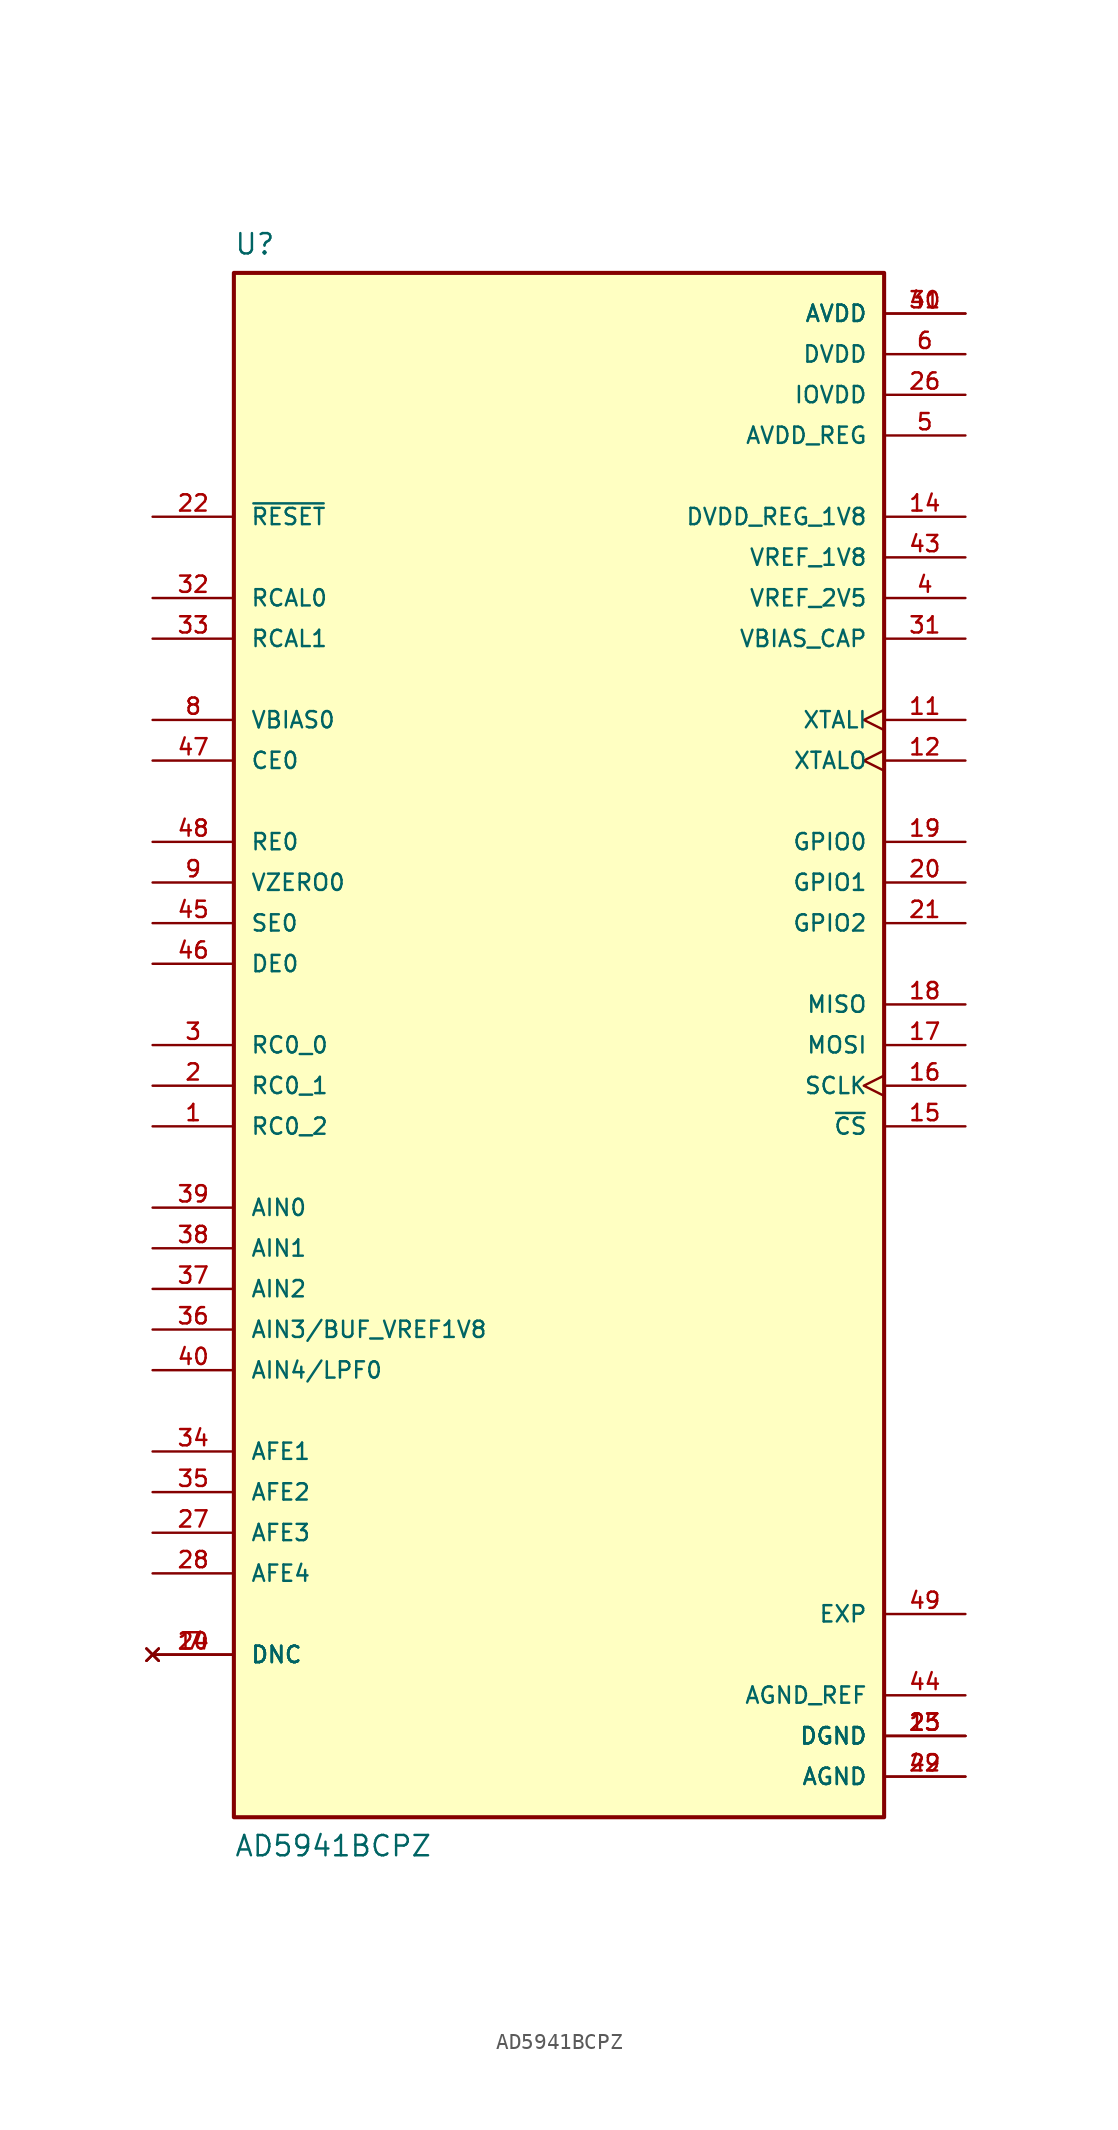
<source format=kicad_sym>
(kicad_symbol_lib
  (version 20211014)
  (generator kicad_symbol_editor)
  (symbol "AD5941BCPZ"
    (pin_names
      (offset 1.016))
    (property "Reference" "U"
      (at -20.32 50.8 0)
      (effects (font (size 1.27 1.27)) (justify top left)))
    (property "Value" "AD5941BCPZ"
      (at -20.32 -50.8 0)
      (effects (font (size 1.27 1.27)) (justify bottom left)))
    (symbol "AD5941BCPZ_0_0"
      (rectangle (start -20.32 -48.26) (end 20.32 48.26) (stroke (width 0.254)) (fill (type background)))
      (pin passive line (at -25.4 -5.08 0) (length 5.08) (name "RC0_2" (effects (font (size 1.016 1.016)))) (number "1" (effects (font (size 1.016 1.016)))))
      (pin passive line (at -25.4 -2.54 0) (length 5.08) (name "RC0_1" (effects (font (size 1.016 1.016)))) (number "2" (effects (font (size 1.016 1.016)))))
      (pin passive line (at -25.4 0.0 0) (length 5.08) (name "RC0_0" (effects (font (size 1.016 1.016)))) (number "3" (effects (font (size 1.016 1.016)))))
      (pin passive line (at 25.4 27.94 180.0) (length 5.08) (name "VREF_2V5" (effects (font (size 1.016 1.016)))) (number "4" (effects (font (size 1.016 1.016)))))
      (pin power_in line (at 25.4 38.1 180.0) (length 5.08) (name "AVDD_REG" (effects (font (size 1.016 1.016)))) (number "5" (effects (font (size 1.016 1.016)))))
      (pin power_in line (at 25.4 43.18 180.0) (length 5.08) (name "DVDD" (effects (font (size 1.016 1.016)))) (number "6" (effects (font (size 1.016 1.016)))))
      (pin no_connect line (at -25.4 -38.1 0) (length 5.08) (name "DNC" (effects (font (size 1.016 1.016)))) (number "7" (effects (font (size 1.016 1.016)))))
      (pin no_connect line (at -25.4 -38.1 0) (length 5.08) (name "DNC" (effects (font (size 1.016 1.016)))) (number "10" (effects (font (size 1.016 1.016)))))
      (pin no_connect line (at -25.4 -38.1 0) (length 5.08) (name "DNC" (effects (font (size 1.016 1.016)))) (number "24" (effects (font (size 1.016 1.016)))))
      (pin output line (at -25.4 20.32 0) (length 5.08) (name "VBIAS0" (effects (font (size 1.016 1.016)))) (number "8" (effects (font (size 1.016 1.016)))))
      (pin output line (at -25.4 10.16 0) (length 5.08) (name "VZERO0" (effects (font (size 1.016 1.016)))) (number "9" (effects (font (size 1.016 1.016)))))
      (pin input clock (at 25.4 20.32 180.0) (length 5.08) (name "XTALI" (effects (font (size 1.016 1.016)))) (number "11" (effects (font (size 1.016 1.016)))))
      (pin output clock (at 25.4 17.78 180.0) (length 5.08) (name "XTALO" (effects (font (size 1.016 1.016)))) (number "12" (effects (font (size 1.016 1.016)))))
      (pin power_in line (at 25.4 -43.18 180.0) (length 5.08) (name "DGND" (effects (font (size 1.016 1.016)))) (number "13" (effects (font (size 1.016 1.016)))))
      (pin power_in line (at 25.4 -43.18 180.0) (length 5.08) (name "DGND" (effects (font (size 1.016 1.016)))) (number "23" (effects (font (size 1.016 1.016)))))
      (pin power_in line (at 25.4 -43.18 180.0) (length 5.08) (name "DGND" (effects (font (size 1.016 1.016)))) (number "25" (effects (font (size 1.016 1.016)))))
      (pin passive line (at 25.4 33.02 180.0) (length 5.08) (name "DVDD_REG_1V8" (effects (font (size 1.016 1.016)))) (number "14" (effects (font (size 1.016 1.016)))))
      (pin bidirectional line (at 25.4 -5.08 180.0) (length 5.08) (name "~{CS}" (effects (font (size 1.016 1.016)))) (number "15" (effects (font (size 1.016 1.016)))))
      (pin input clock (at 25.4 -2.54 180.0) (length 5.08) (name "SCLK" (effects (font (size 1.016 1.016)))) (number "16" (effects (font (size 1.016 1.016)))))
      (pin input line (at 25.4 0.0 180.0) (length 5.08) (name "MOSI" (effects (font (size 1.016 1.016)))) (number "17" (effects (font (size 1.016 1.016)))))
      (pin output line (at 25.4 2.54 180.0) (length 5.08) (name "MISO" (effects (font (size 1.016 1.016)))) (number "18" (effects (font (size 1.016 1.016)))))
      (pin bidirectional line (at 25.4 12.7 180.0) (length 5.08) (name "GPIO0" (effects (font (size 1.016 1.016)))) (number "19" (effects (font (size 1.016 1.016)))))
      (pin bidirectional line (at 25.4 10.16 180.0) (length 5.08) (name "GPIO1" (effects (font (size 1.016 1.016)))) (number "20" (effects (font (size 1.016 1.016)))))
      (pin bidirectional line (at 25.4 7.62 180.0) (length 5.08) (name "GPIO2" (effects (font (size 1.016 1.016)))) (number "21" (effects (font (size 1.016 1.016)))))
      (pin input line (at -25.4 33.02 0) (length 5.08) (name "~{RESET}" (effects (font (size 1.016 1.016)))) (number "22" (effects (font (size 1.016 1.016)))))
      (pin power_in line (at 25.4 40.64 180.0) (length 5.08) (name "IOVDD" (effects (font (size 1.016 1.016)))) (number "26" (effects (font (size 1.016 1.016)))))
      (pin passive line (at -25.4 -30.48 0) (length 5.08) (name "AFE3" (effects (font (size 1.016 1.016)))) (number "27" (effects (font (size 1.016 1.016)))))
      (pin passive line (at -25.4 -33.02 0) (length 5.08) (name "AFE4" (effects (font (size 1.016 1.016)))) (number "28" (effects (font (size 1.016 1.016)))))
      (pin input line (at -25.4 12.7 0) (length 5.08) (name "RE0" (effects (font (size 1.016 1.016)))) (number "48" (effects (font (size 1.016 1.016)))))
      (pin input line (at -25.4 17.78 0) (length 5.08) (name "CE0" (effects (font (size 1.016 1.016)))) (number "47" (effects (font (size 1.016 1.016)))))
      (pin input line (at -25.4 5.08 0) (length 5.08) (name "DE0" (effects (font (size 1.016 1.016)))) (number "46" (effects (font (size 1.016 1.016)))))
      (pin input line (at -25.4 7.62 0) (length 5.08) (name "SE0" (effects (font (size 1.016 1.016)))) (number "45" (effects (font (size 1.016 1.016)))))
      (pin power_in line (at 25.4 -40.64 180.0) (length 5.08) (name "AGND_REF" (effects (font (size 1.016 1.016)))) (number "44" (effects (font (size 1.016 1.016)))))
      (pin passive line (at 25.4 30.48 180.0) (length 5.08) (name "VREF_1V8" (effects (font (size 1.016 1.016)))) (number "43" (effects (font (size 1.016 1.016)))))
      (pin input line (at -25.4 -20.32 0) (length 5.08) (name "AIN4/LPF0" (effects (font (size 1.016 1.016)))) (number "40" (effects (font (size 1.016 1.016)))))
      (pin input line (at -25.4 -10.16 0) (length 5.08) (name "AIN0" (effects (font (size 1.016 1.016)))) (number "39" (effects (font (size 1.016 1.016)))))
      (pin input line (at -25.4 -12.7 0) (length 5.08) (name "AIN1" (effects (font (size 1.016 1.016)))) (number "38" (effects (font (size 1.016 1.016)))))
      (pin input line (at -25.4 -15.24 0) (length 5.08) (name "AIN2" (effects (font (size 1.016 1.016)))) (number "37" (effects (font (size 1.016 1.016)))))
      (pin bidirectional line (at -25.4 -17.78 0) (length 5.08) (name "AIN3/BUF_VREF1V8" (effects (font (size 1.016 1.016)))) (number "36" (effects (font (size 1.016 1.016)))))
      (pin passive line (at -25.4 -27.94 0) (length 5.08) (name "AFE2" (effects (font (size 1.016 1.016)))) (number "35" (effects (font (size 1.016 1.016)))))
      (pin passive line (at -25.4 -25.4 0) (length 5.08) (name "AFE1" (effects (font (size 1.016 1.016)))) (number "34" (effects (font (size 1.016 1.016)))))
      (pin passive line (at -25.4 25.4 0) (length 5.08) (name "RCAL1" (effects (font (size 1.016 1.016)))) (number "33" (effects (font (size 1.016 1.016)))))
      (pin passive line (at -25.4 27.94 0) (length 5.08) (name "RCAL0" (effects (font (size 1.016 1.016)))) (number "32" (effects (font (size 1.016 1.016)))))
      (pin passive line (at 25.4 25.4 180.0) (length 5.08) (name "VBIAS_CAP" (effects (font (size 1.016 1.016)))) (number "31" (effects (font (size 1.016 1.016)))))
      (pin power_in line (at 25.4 45.72 180.0) (length 5.08) (name "AVDD" (effects (font (size 1.016 1.016)))) (number "30" (effects (font (size 1.016 1.016)))))
      (pin power_in line (at 25.4 45.72 180.0) (length 5.08) (name "AVDD" (effects (font (size 1.016 1.016)))) (number "41" (effects (font (size 1.016 1.016)))))
      (pin power_in line (at 25.4 -45.72 180.0) (length 5.08) (name "AGND" (effects (font (size 1.016 1.016)))) (number "29" (effects (font (size 1.016 1.016)))))
      (pin power_in line (at 25.4 -45.72 180.0) (length 5.08) (name "AGND" (effects (font (size 1.016 1.016)))) (number "42" (effects (font (size 1.016 1.016)))))
      (pin power_in line (at 25.4 -35.56 180.0) (length 5.08) (name "EXP" (effects (font (size 1.016 1.016)))) (number "49" (effects (font (size 1.016 1.016))))))))
</source>
